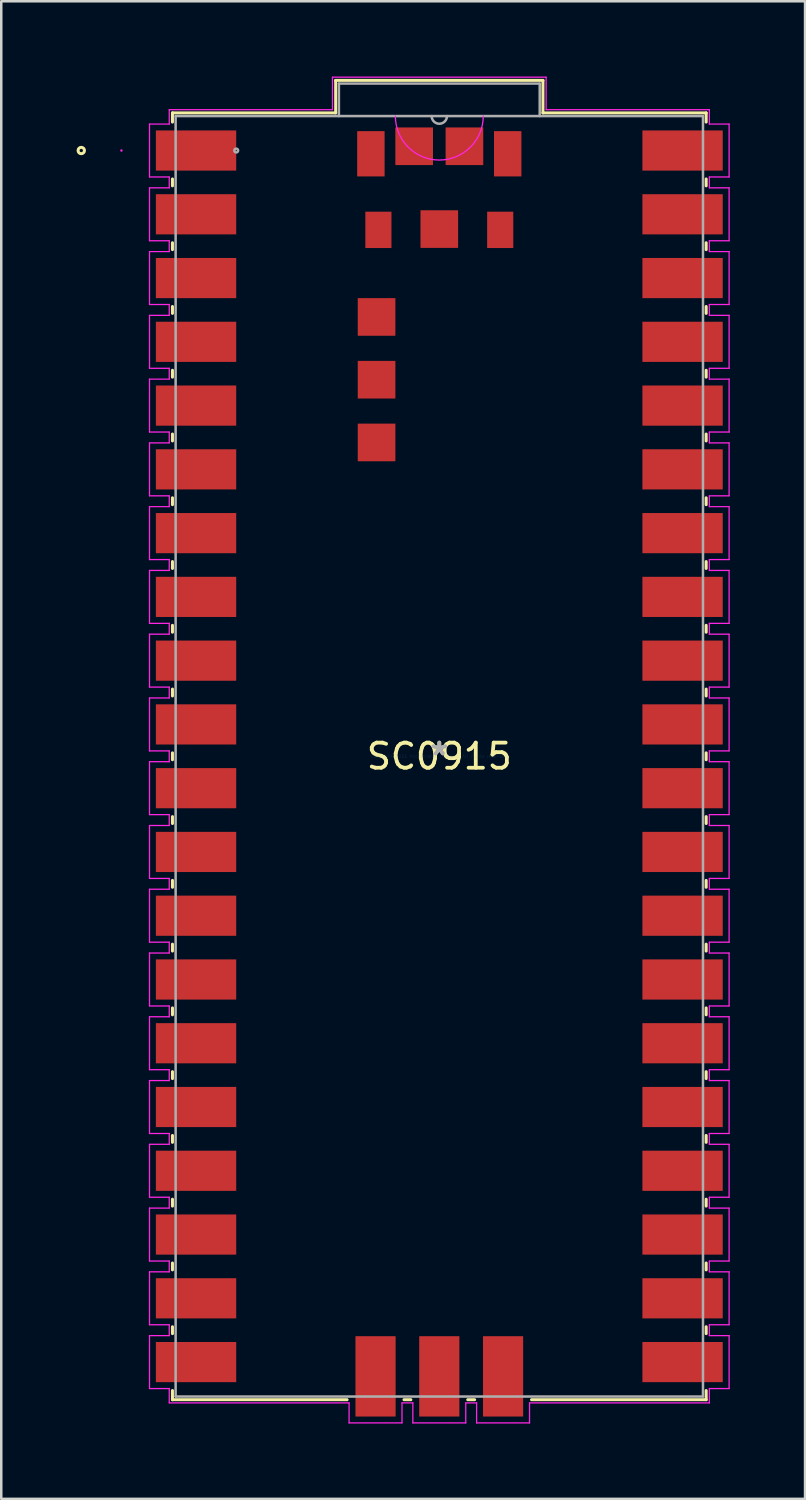
<source format=kicad_pcb>
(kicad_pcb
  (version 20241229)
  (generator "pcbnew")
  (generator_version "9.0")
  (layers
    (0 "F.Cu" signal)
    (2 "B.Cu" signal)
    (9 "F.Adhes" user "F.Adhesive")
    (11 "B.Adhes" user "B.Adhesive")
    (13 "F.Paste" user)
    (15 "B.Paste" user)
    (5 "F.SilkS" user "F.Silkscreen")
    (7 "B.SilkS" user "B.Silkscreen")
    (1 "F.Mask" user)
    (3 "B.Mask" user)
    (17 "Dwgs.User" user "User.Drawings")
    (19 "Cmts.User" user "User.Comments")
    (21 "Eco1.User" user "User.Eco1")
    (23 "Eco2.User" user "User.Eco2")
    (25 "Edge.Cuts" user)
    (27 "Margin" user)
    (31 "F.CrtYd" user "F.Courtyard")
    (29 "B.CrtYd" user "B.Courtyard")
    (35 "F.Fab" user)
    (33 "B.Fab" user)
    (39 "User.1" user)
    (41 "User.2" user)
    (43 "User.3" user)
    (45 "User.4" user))
  (footprint "SC0915"
    (layer "F.Cu")
    (at 14.449 27.076)
    (property "Reference" "SC0915" (at 0 0 0) (layer "F.SilkS") (effects (font (size 1 1) (thickness 0.15))))
    (attr through_hole)
    (fp_line (start -10.63 -25.629) (end -4.128 -25.629) (stroke (width 0.12) (type solid)) (layer "F.SilkS"))
    (fp_line (start -10.63 -25.263) (end -10.63 -25.629) (stroke (width 0.12) (type solid)) (layer "F.SilkS"))
    (fp_line (start -10.63 -22.723) (end -10.63 -22.997) (stroke (width 0.12) (type solid)) (layer "F.SilkS"))
    (fp_line (start -10.63 -20.183) (end -10.63 -20.457) (stroke (width 0.12) (type solid)) (layer "F.SilkS"))
    (fp_line (start -10.63 -17.643) (end -10.63 -17.917) (stroke (width 0.12) (type solid)) (layer "F.SilkS"))
    (fp_line (start -10.63 -15.103) (end -10.63 -15.377) (stroke (width 0.12) (type solid)) (layer "F.SilkS"))
    (fp_line (start -10.63 -12.563) (end -10.63 -12.837) (stroke (width 0.12) (type solid)) (layer "F.SilkS"))
    (fp_line (start -10.63 -10.023) (end -10.63 -10.297) (stroke (width 0.12) (type solid)) (layer "F.SilkS"))
    (fp_line (start -10.63 -7.483) (end -10.63 -7.757) (stroke (width 0.12) (type solid)) (layer "F.SilkS"))
    (fp_line (start -10.63 -4.943) (end -10.63 -5.217) (stroke (width 0.12) (type solid)) (layer "F.SilkS"))
    (fp_line (start -10.63 -2.403) (end -10.63 -2.677) (stroke (width 0.12) (type solid)) (layer "F.SilkS"))
    (fp_line (start -10.63 0.137) (end -10.63 -0.137) (stroke (width 0.12) (type solid)) (layer "F.SilkS"))
    (fp_line (start -10.63 2.677) (end -10.63 2.403) (stroke (width 0.12) (type solid)) (layer "F.SilkS"))
    (fp_line (start -10.63 5.217) (end -10.63 4.943) (stroke (width 0.12) (type solid)) (layer "F.SilkS"))
    (fp_line (start -10.63 7.757) (end -10.63 7.483) (stroke (width 0.12) (type solid)) (layer "F.SilkS"))
    (fp_line (start -10.63 10.297) (end -10.63 10.023) (stroke (width 0.12) (type solid)) (layer "F.SilkS"))
    (fp_line (start -10.63 12.837) (end -10.63 12.563) (stroke (width 0.12) (type solid)) (layer "F.SilkS"))
    (fp_line (start -10.63 15.377) (end -10.63 15.103) (stroke (width 0.12) (type solid)) (layer "F.SilkS"))
    (fp_line (start -10.63 17.917) (end -10.63 17.643) (stroke (width 0.12) (type solid)) (layer "F.SilkS"))
    (fp_line (start -10.63 20.457) (end -10.63 20.183) (stroke (width 0.12) (type solid)) (layer "F.SilkS"))
    (fp_line (start -10.63 22.997) (end -10.63 22.723) (stroke (width 0.12) (type solid)) (layer "F.SilkS"))
    (fp_line (start -10.63 25.629) (end -10.63 25.263) (stroke (width 0.12) (type solid)) (layer "F.SilkS"))
    (fp_line (start -4.128 -26.924) (end 4.128 -26.924) (stroke (width 0.12) (type solid)) (layer "F.SilkS"))
    (fp_line (start -4.128 -25.629) (end -4.128 -26.924) (stroke (width 0.12) (type solid)) (layer "F.SilkS"))
    (fp_line (start -3.673 25.629) (end -10.63 25.629) (stroke (width 0.12) (type solid)) (layer "F.SilkS"))
    (fp_line (start -1.133 25.629) (end -1.407 25.629) (stroke (width 0.12) (type solid)) (layer "F.SilkS"))
    (fp_line (start 1.407 25.629) (end 1.133 25.629) (stroke (width 0.12) (type solid)) (layer "F.SilkS"))
    (fp_line (start 4.128 -26.924) (end 4.128 -25.629) (stroke (width 0.12) (type solid)) (layer "F.SilkS"))
    (fp_line (start 4.128 -25.629) (end 10.63 -25.629) (stroke (width 0.12) (type solid)) (layer "F.SilkS"))
    (fp_line (start 10.63 -25.629) (end 10.63 -25.263) (stroke (width 0.12) (type solid)) (layer "F.SilkS"))
    (fp_line (start 10.63 -22.997) (end 10.63 -22.723) (stroke (width 0.12) (type solid)) (layer "F.SilkS"))
    (fp_line (start 10.63 -20.457) (end 10.63 -20.183) (stroke (width 0.12) (type solid)) (layer "F.SilkS"))
    (fp_line (start 10.63 -17.917) (end 10.63 -17.643) (stroke (width 0.12) (type solid)) (layer "F.SilkS"))
    (fp_line (start 10.63 -15.377) (end 10.63 -15.103) (stroke (width 0.12) (type solid)) (layer "F.SilkS"))
    (fp_line (start 10.63 -12.837) (end 10.63 -12.563) (stroke (width 0.12) (type solid)) (layer "F.SilkS"))
    (fp_line (start 10.63 -10.297) (end 10.63 -10.023) (stroke (width 0.12) (type solid)) (layer "F.SilkS"))
    (fp_line (start 10.63 -7.757) (end 10.63 -7.483) (stroke (width 0.12) (type solid)) (layer "F.SilkS"))
    (fp_line (start 10.63 -5.217) (end 10.63 -4.943) (stroke (width 0.12) (type solid)) (layer "F.SilkS"))
    (fp_line (start 10.63 -2.677) (end 10.63 -2.403) (stroke (width 0.12) (type solid)) (layer "F.SilkS"))
    (fp_line (start 10.63 -0.137) (end 10.63 0.137) (stroke (width 0.12) (type solid)) (layer "F.SilkS"))
    (fp_line (start 10.63 2.403) (end 10.63 2.677) (stroke (width 0.12) (type solid)) (layer "F.SilkS"))
    (fp_line (start 10.63 4.943) (end 10.63 5.217) (stroke (width 0.12) (type solid)) (layer "F.SilkS"))
    (fp_line (start 10.63 7.483) (end 10.63 7.757) (stroke (width 0.12) (type solid)) (layer "F.SilkS"))
    (fp_line (start 10.63 10.023) (end 10.63 10.297) (stroke (width 0.12) (type solid)) (layer "F.SilkS"))
    (fp_line (start 10.63 12.563) (end 10.63 12.837) (stroke (width 0.12) (type solid)) (layer "F.SilkS"))
    (fp_line (start 10.63 15.103) (end 10.63 15.377) (stroke (width 0.12) (type solid)) (layer "F.SilkS"))
    (fp_line (start 10.63 17.643) (end 10.63 17.917) (stroke (width 0.12) (type solid)) (layer "F.SilkS"))
    (fp_line (start 10.63 20.183) (end 10.63 20.457) (stroke (width 0.12) (type solid)) (layer "F.SilkS"))
    (fp_line (start 10.63 22.723) (end 10.63 22.997) (stroke (width 0.12) (type solid)) (layer "F.SilkS"))
    (fp_line (start 10.63 25.263) (end 10.63 25.629) (stroke (width 0.12) (type solid)) (layer "F.SilkS"))
    (fp_line (start 10.63 25.629) (end 3.673 25.629) (stroke (width 0.12) (type solid)) (layer "F.SilkS"))
    (fp_circle (center -14.262 -24.13) (end -14.135 -24.13) (stroke (width 0.12) (type solid)) (fill no) (layer "F.SilkS"))
    (fp_line (start -11.544 -25.184) (end -11.544 -23.076) (stroke (width 0.05) (type solid)) (layer "F.CrtYd"))
    (fp_line (start -11.544 -23.076) (end -10.757 -23.076) (stroke (width 0.05) (type solid)) (layer "F.CrtYd"))
    (fp_line (start -11.544 -22.644) (end -11.544 -20.536) (stroke (width 0.05) (type solid)) (layer "F.CrtYd"))
    (fp_line (start -11.544 -20.536) (end -10.757 -20.536) (stroke (width 0.05) (type solid)) (layer "F.CrtYd"))
    (fp_line (start -11.544 -20.104) (end -11.544 -17.996) (stroke (width 0.05) (type solid)) (layer "F.CrtYd"))
    (fp_line (start -11.544 -17.996) (end -10.757 -17.996) (stroke (width 0.05) (type solid)) (layer "F.CrtYd"))
    (fp_line (start -11.544 -17.564) (end -11.544 -15.456) (stroke (width 0.05) (type solid)) (layer "F.CrtYd"))
    (fp_line (start -11.544 -15.456) (end -10.757 -15.456) (stroke (width 0.05) (type solid)) (layer "F.CrtYd"))
    (fp_line (start -11.544 -15.024) (end -11.544 -12.916) (stroke (width 0.05) (type solid)) (layer "F.CrtYd"))
    (fp_line (start -11.544 -12.916) (end -10.757 -12.916) (stroke (width 0.05) (type solid)) (layer "F.CrtYd"))
    (fp_line (start -11.544 -12.484) (end -11.544 -10.376) (stroke (width 0.05) (type solid)) (layer "F.CrtYd"))
    (fp_line (start -11.544 -10.376) (end -10.757 -10.376) (stroke (width 0.05) (type solid)) (layer "F.CrtYd"))
    (fp_line (start -11.544 -9.944) (end -11.544 -7.836) (stroke (width 0.05) (type solid)) (layer "F.CrtYd"))
    (fp_line (start -11.544 -7.836) (end -10.757 -7.836) (stroke (width 0.05) (type solid)) (layer "F.CrtYd"))
    (fp_line (start -11.544 -7.404) (end -11.544 -5.296) (stroke (width 0.05) (type solid)) (layer "F.CrtYd"))
    (fp_line (start -11.544 -5.296) (end -10.757 -5.296) (stroke (width 0.05) (type solid)) (layer "F.CrtYd"))
    (fp_line (start -11.544 -4.864) (end -11.544 -2.756) (stroke (width 0.05) (type solid)) (layer "F.CrtYd"))
    (fp_line (start -11.544 -2.756) (end -10.757 -2.756) (stroke (width 0.05) (type solid)) (layer "F.CrtYd"))
    (fp_line (start -11.544 -2.324) (end -11.544 -0.216) (stroke (width 0.05) (type solid)) (layer "F.CrtYd"))
    (fp_line (start -11.544 -0.216) (end -10.757 -0.216) (stroke (width 0.05) (type solid)) (layer "F.CrtYd"))
    (fp_line (start -11.544 0.216) (end -11.544 2.324) (stroke (width 0.05) (type solid)) (layer "F.CrtYd"))
    (fp_line (start -11.544 2.324) (end -10.757 2.324) (stroke (width 0.05) (type solid)) (layer "F.CrtYd"))
    (fp_line (start -11.544 2.756) (end -11.544 4.864) (stroke (width 0.05) (type solid)) (layer "F.CrtYd"))
    (fp_line (start -11.544 4.864) (end -10.757 4.864) (stroke (width 0.05) (type solid)) (layer "F.CrtYd"))
    (fp_line (start -11.544 5.296) (end -11.544 7.404) (stroke (width 0.05) (type solid)) (layer "F.CrtYd"))
    (fp_line (start -11.544 7.404) (end -10.757 7.404) (stroke (width 0.05) (type solid)) (layer "F.CrtYd"))
    (fp_line (start -11.544 7.836) (end -11.544 9.944) (stroke (width 0.05) (type solid)) (layer "F.CrtYd"))
    (fp_line (start -11.544 9.944) (end -10.757 9.944) (stroke (width 0.05) (type solid)) (layer "F.CrtYd"))
    (fp_line (start -11.544 10.376) (end -11.544 12.484) (stroke (width 0.05) (type solid)) (layer "F.CrtYd"))
    (fp_line (start -11.544 12.484) (end -10.757 12.484) (stroke (width 0.05) (type solid)) (layer "F.CrtYd"))
    (fp_line (start -11.544 12.916) (end -11.544 15.024) (stroke (width 0.05) (type solid)) (layer "F.CrtYd"))
    (fp_line (start -11.544 15.024) (end -10.757 15.024) (stroke (width 0.05) (type solid)) (layer "F.CrtYd"))
    (fp_line (start -11.544 15.456) (end -11.544 17.564) (stroke (width 0.05) (type solid)) (layer "F.CrtYd"))
    (fp_line (start -11.544 17.564) (end -10.757 17.564) (stroke (width 0.05) (type solid)) (layer "F.CrtYd"))
    (fp_line (start -11.544 17.996) (end -11.544 20.104) (stroke (width 0.05) (type solid)) (layer "F.CrtYd"))
    (fp_line (start -11.544 20.104) (end -10.757 20.104) (stroke (width 0.05) (type solid)) (layer "F.CrtYd"))
    (fp_line (start -11.544 20.536) (end -11.544 22.644) (stroke (width 0.05) (type solid)) (layer "F.CrtYd"))
    (fp_line (start -11.544 22.644) (end -10.757 22.644) (stroke (width 0.05) (type solid)) (layer "F.CrtYd"))
    (fp_line (start -11.544 23.076) (end -11.544 25.184) (stroke (width 0.05) (type solid)) (layer "F.CrtYd"))
    (fp_line (start -11.544 25.184) (end -10.757 25.184) (stroke (width 0.05) (type solid)) (layer "F.CrtYd"))
    (fp_line (start -10.757 -25.756) (end -10.757 -25.184) (stroke (width 0.05) (type solid)) (layer "F.CrtYd"))
    (fp_line (start -10.757 -25.184) (end -11.544 -25.184) (stroke (width 0.05) (type solid)) (layer "F.CrtYd"))
    (fp_line (start -10.757 -23.076) (end -10.757 -22.644) (stroke (width 0.05) (type solid)) (layer "F.CrtYd"))
    (fp_line (start -10.757 -22.644) (end -11.544 -22.644) (stroke (width 0.05) (type solid)) (layer "F.CrtYd"))
    (fp_line (start -10.757 -20.536) (end -10.757 -20.104) (stroke (width 0.05) (type solid)) (layer "F.CrtYd"))
    (fp_line (start -10.757 -20.104) (end -11.544 -20.104) (stroke (width 0.05) (type solid)) (layer "F.CrtYd"))
    (fp_line (start -10.757 -17.996) (end -10.757 -17.564) (stroke (width 0.05) (type solid)) (layer "F.CrtYd"))
    (fp_line (start -10.757 -17.564) (end -11.544 -17.564) (stroke (width 0.05) (type solid)) (layer "F.CrtYd"))
    (fp_line (start -10.757 -15.456) (end -10.757 -15.024) (stroke (width 0.05) (type solid)) (layer "F.CrtYd"))
    (fp_line (start -10.757 -15.024) (end -11.544 -15.024) (stroke (width 0.05) (type solid)) (layer "F.CrtYd"))
    (fp_line (start -10.757 -12.916) (end -10.757 -12.484) (stroke (width 0.05) (type solid)) (layer "F.CrtYd"))
    (fp_line (start -10.757 -12.484) (end -11.544 -12.484) (stroke (width 0.05) (type solid)) (layer "F.CrtYd"))
    (fp_line (start -10.757 -10.376) (end -10.757 -9.944) (stroke (width 0.05) (type solid)) (layer "F.CrtYd"))
    (fp_line (start -10.757 -9.944) (end -11.544 -9.944) (stroke (width 0.05) (type solid)) (layer "F.CrtYd"))
    (fp_line (start -10.757 -7.836) (end -10.757 -7.404) (stroke (width 0.05) (type solid)) (layer "F.CrtYd"))
    (fp_line (start -10.757 -7.404) (end -11.544 -7.404) (stroke (width 0.05) (type solid)) (layer "F.CrtYd"))
    (fp_line (start -10.757 -5.296) (end -10.757 -4.864) (stroke (width 0.05) (type solid)) (layer "F.CrtYd"))
    (fp_line (start -10.757 -4.864) (end -11.544 -4.864) (stroke (width 0.05) (type solid)) (layer "F.CrtYd"))
    (fp_line (start -10.757 -2.756) (end -10.757 -2.324) (stroke (width 0.05) (type solid)) (layer "F.CrtYd"))
    (fp_line (start -10.757 -2.324) (end -11.544 -2.324) (stroke (width 0.05) (type solid)) (layer "F.CrtYd"))
    (fp_line (start -10.757 -0.216) (end -10.757 0.216) (stroke (width 0.05) (type solid)) (layer "F.CrtYd"))
    (fp_line (start -10.757 0.216) (end -11.544 0.216) (stroke (width 0.05) (type solid)) (layer "F.CrtYd"))
    (fp_line (start -10.757 2.324) (end -10.757 2.756) (stroke (width 0.05) (type solid)) (layer "F.CrtYd"))
    (fp_line (start -10.757 2.756) (end -11.544 2.756) (stroke (width 0.05) (type solid)) (layer "F.CrtYd"))
    (fp_line (start -10.757 4.864) (end -10.757 5.296) (stroke (width 0.05) (type solid)) (layer "F.CrtYd"))
    (fp_line (start -10.757 5.296) (end -11.544 5.296) (stroke (width 0.05) (type solid)) (layer "F.CrtYd"))
    (fp_line (start -10.757 7.404) (end -10.757 7.836) (stroke (width 0.05) (type solid)) (layer "F.CrtYd"))
    (fp_line (start -10.757 7.836) (end -11.544 7.836) (stroke (width 0.05) (type solid)) (layer "F.CrtYd"))
    (fp_line (start -10.757 9.944) (end -10.757 10.376) (stroke (width 0.05) (type solid)) (layer "F.CrtYd"))
    (fp_line (start -10.757 10.376) (end -11.544 10.376) (stroke (width 0.05) (type solid)) (layer "F.CrtYd"))
    (fp_line (start -10.757 12.484) (end -10.757 12.916) (stroke (width 0.05) (type solid)) (layer "F.CrtYd"))
    (fp_line (start -10.757 12.916) (end -11.544 12.916) (stroke (width 0.05) (type solid)) (layer "F.CrtYd"))
    (fp_line (start -10.757 15.024) (end -10.757 15.456) (stroke (width 0.05) (type solid)) (layer "F.CrtYd"))
    (fp_line (start -10.757 15.456) (end -11.544 15.456) (stroke (width 0.05) (type solid)) (layer "F.CrtYd"))
    (fp_line (start -10.757 17.564) (end -10.757 17.996) (stroke (width 0.05) (type solid)) (layer "F.CrtYd"))
    (fp_line (start -10.757 17.996) (end -11.544 17.996) (stroke (width 0.05) (type solid)) (layer "F.CrtYd"))
    (fp_line (start -10.757 20.104) (end -10.757 20.536) (stroke (width 0.05) (type solid)) (layer "F.CrtYd"))
    (fp_line (start -10.757 20.536) (end -11.544 20.536) (stroke (width 0.05) (type solid)) (layer "F.CrtYd"))
    (fp_line (start -10.757 22.644) (end -10.757 23.076) (stroke (width 0.05) (type solid)) (layer "F.CrtYd"))
    (fp_line (start -10.757 23.076) (end -11.544 23.076) (stroke (width 0.05) (type solid)) (layer "F.CrtYd"))
    (fp_line (start -10.757 25.184) (end -10.757 25.756) (stroke (width 0.05) (type solid)) (layer "F.CrtYd"))
    (fp_line (start -10.757 25.756) (end -3.594 25.756) (stroke (width 0.05) (type solid)) (layer "F.CrtYd"))
    (fp_line (start -4.255 -27.051) (end -4.255 -25.756) (stroke (width 0.05) (type solid)) (layer "F.CrtYd"))
    (fp_line (start -4.255 -25.756) (end -10.757 -25.756) (stroke (width 0.05) (type solid)) (layer "F.CrtYd"))
    (fp_line (start -3.594 25.756) (end -3.594 26.553) (stroke (width 0.05) (type solid)) (layer "F.CrtYd"))
    (fp_line (start -3.594 26.553) (end -1.486 26.553) (stroke (width 0.05) (type solid)) (layer "F.CrtYd"))
    (fp_line (start -1.486 25.756) (end -1.054 25.756) (stroke (width 0.05) (type solid)) (layer "F.CrtYd"))
    (fp_line (start -1.486 26.553) (end -1.486 25.756) (stroke (width 0.05) (type solid)) (layer "F.CrtYd"))
    (fp_line (start -1.054 25.756) (end -1.054 26.553) (stroke (width 0.05) (type solid)) (layer "F.CrtYd"))
    (fp_line (start -1.054 26.553) (end 1.054 26.553) (stroke (width 0.05) (type solid)) (layer "F.CrtYd"))
    (fp_line (start 1.054 25.756) (end 1.486 25.756) (stroke (width 0.05) (type solid)) (layer "F.CrtYd"))
    (fp_line (start 1.054 26.553) (end 1.054 25.756) (stroke (width 0.05) (type solid)) (layer "F.CrtYd"))
    (fp_line (start 1.486 25.756) (end 1.486 26.553) (stroke (width 0.05) (type solid)) (layer "F.CrtYd"))
    (fp_line (start 1.486 26.553) (end 3.594 26.553) (stroke (width 0.05) (type solid)) (layer "F.CrtYd"))
    (fp_line (start 3.594 25.756) (end 10.757 25.756) (stroke (width 0.05) (type solid)) (layer "F.CrtYd"))
    (fp_line (start 3.594 26.553) (end 3.594 25.756) (stroke (width 0.05) (type solid)) (layer "F.CrtYd"))
    (fp_line (start 4.255 -27.051) (end -4.255 -27.051) (stroke (width 0.05) (type solid)) (layer "F.CrtYd"))
    (fp_line (start 4.255 -25.756) (end 4.255 -27.051) (stroke (width 0.05) (type solid)) (layer "F.CrtYd"))
    (fp_line (start 10.757 -25.756) (end 4.255 -25.756) (stroke (width 0.05) (type solid)) (layer "F.CrtYd"))
    (fp_line (start 10.757 -25.184) (end 10.757 -25.756) (stroke (width 0.05) (type solid)) (layer "F.CrtYd"))
    (fp_line (start 10.757 -23.076) (end 11.544 -23.076) (stroke (width 0.05) (type solid)) (layer "F.CrtYd"))
    (fp_line (start 10.757 -22.644) (end 10.757 -23.076) (stroke (width 0.05) (type solid)) (layer "F.CrtYd"))
    (fp_line (start 10.757 -20.536) (end 11.544 -20.536) (stroke (width 0.05) (type solid)) (layer "F.CrtYd"))
    (fp_line (start 10.757 -20.104) (end 10.757 -20.536) (stroke (width 0.05) (type solid)) (layer "F.CrtYd"))
    (fp_line (start 10.757 -17.996) (end 11.544 -17.996) (stroke (width 0.05) (type solid)) (layer "F.CrtYd"))
    (fp_line (start 10.757 -17.564) (end 10.757 -17.996) (stroke (width 0.05) (type solid)) (layer "F.CrtYd"))
    (fp_line (start 10.757 -15.456) (end 11.544 -15.456) (stroke (width 0.05) (type solid)) (layer "F.CrtYd"))
    (fp_line (start 10.757 -15.024) (end 10.757 -15.456) (stroke (width 0.05) (type solid)) (layer "F.CrtYd"))
    (fp_line (start 10.757 -12.916) (end 11.544 -12.916) (stroke (width 0.05) (type solid)) (layer "F.CrtYd"))
    (fp_line (start 10.757 -12.484) (end 10.757 -12.916) (stroke (width 0.05) (type solid)) (layer "F.CrtYd"))
    (fp_line (start 10.757 -10.376) (end 11.544 -10.376) (stroke (width 0.05) (type solid)) (layer "F.CrtYd"))
    (fp_line (start 10.757 -9.944) (end 10.757 -10.376) (stroke (width 0.05) (type solid)) (layer "F.CrtYd"))
    (fp_line (start 10.757 -7.836) (end 11.544 -7.836) (stroke (width 0.05) (type solid)) (layer "F.CrtYd"))
    (fp_line (start 10.757 -7.404) (end 10.757 -7.836) (stroke (width 0.05) (type solid)) (layer "F.CrtYd"))
    (fp_line (start 10.757 -5.296) (end 11.544 -5.296) (stroke (width 0.05) (type solid)) (layer "F.CrtYd"))
    (fp_line (start 10.757 -4.864) (end 10.757 -5.296) (stroke (width 0.05) (type solid)) (layer "F.CrtYd"))
    (fp_line (start 10.757 -2.756) (end 11.544 -2.756) (stroke (width 0.05) (type solid)) (layer "F.CrtYd"))
    (fp_line (start 10.757 -2.324) (end 10.757 -2.756) (stroke (width 0.05) (type solid)) (layer "F.CrtYd"))
    (fp_line (start 10.757 -0.216) (end 11.544 -0.216) (stroke (width 0.05) (type solid)) (layer "F.CrtYd"))
    (fp_line (start 10.757 0.216) (end 10.757 -0.216) (stroke (width 0.05) (type solid)) (layer "F.CrtYd"))
    (fp_line (start 10.757 2.324) (end 11.544 2.324) (stroke (width 0.05) (type solid)) (layer "F.CrtYd"))
    (fp_line (start 10.757 2.756) (end 10.757 2.324) (stroke (width 0.05) (type solid)) (layer "F.CrtYd"))
    (fp_line (start 10.757 4.864) (end 11.544 4.864) (stroke (width 0.05) (type solid)) (layer "F.CrtYd"))
    (fp_line (start 10.757 5.296) (end 10.757 4.864) (stroke (width 0.05) (type solid)) (layer "F.CrtYd"))
    (fp_line (start 10.757 7.404) (end 11.544 7.404) (stroke (width 0.05) (type solid)) (layer "F.CrtYd"))
    (fp_line (start 10.757 7.836) (end 10.757 7.404) (stroke (width 0.05) (type solid)) (layer "F.CrtYd"))
    (fp_line (start 10.757 9.944) (end 11.544 9.944) (stroke (width 0.05) (type solid)) (layer "F.CrtYd"))
    (fp_line (start 10.757 10.376) (end 10.757 9.944) (stroke (width 0.05) (type solid)) (layer "F.CrtYd"))
    (fp_line (start 10.757 12.484) (end 11.544 12.484) (stroke (width 0.05) (type solid)) (layer "F.CrtYd"))
    (fp_line (start 10.757 12.916) (end 10.757 12.484) (stroke (width 0.05) (type solid)) (layer "F.CrtYd"))
    (fp_line (start 10.757 15.024) (end 11.544 15.024) (stroke (width 0.05) (type solid)) (layer "F.CrtYd"))
    (fp_line (start 10.757 15.456) (end 10.757 15.024) (stroke (width 0.05) (type solid)) (layer "F.CrtYd"))
    (fp_line (start 10.757 17.564) (end 11.544 17.564) (stroke (width 0.05) (type solid)) (layer "F.CrtYd"))
    (fp_line (start 10.757 17.996) (end 10.757 17.564) (stroke (width 0.05) (type solid)) (layer "F.CrtYd"))
    (fp_line (start 10.757 20.104) (end 11.544 20.104) (stroke (width 0.05) (type solid)) (layer "F.CrtYd"))
    (fp_line (start 10.757 20.536) (end 10.757 20.104) (stroke (width 0.05) (type solid)) (layer "F.CrtYd"))
    (fp_line (start 10.757 22.644) (end 11.544 22.644) (stroke (width 0.05) (type solid)) (layer "F.CrtYd"))
    (fp_line (start 10.757 23.076) (end 10.757 22.644) (stroke (width 0.05) (type solid)) (layer "F.CrtYd"))
    (fp_line (start 10.757 25.184) (end 11.544 25.184) (stroke (width 0.05) (type solid)) (layer "F.CrtYd"))
    (fp_line (start 10.757 25.756) (end 10.757 25.184) (stroke (width 0.05) (type solid)) (layer "F.CrtYd"))
    (fp_line (start 11.544 -25.184) (end 10.757 -25.184) (stroke (width 0.05) (type solid)) (layer "F.CrtYd"))
    (fp_line (start 11.544 -23.076) (end 11.544 -25.184) (stroke (width 0.05) (type solid)) (layer "F.CrtYd"))
    (fp_line (start 11.544 -22.644) (end 10.757 -22.644) (stroke (width 0.05) (type solid)) (layer "F.CrtYd"))
    (fp_line (start 11.544 -20.536) (end 11.544 -22.644) (stroke (width 0.05) (type solid)) (layer "F.CrtYd"))
    (fp_line (start 11.544 -20.104) (end 10.757 -20.104) (stroke (width 0.05) (type solid)) (layer "F.CrtYd"))
    (fp_line (start 11.544 -17.996) (end 11.544 -20.104) (stroke (width 0.05) (type solid)) (layer "F.CrtYd"))
    (fp_line (start 11.544 -17.564) (end 10.757 -17.564) (stroke (width 0.05) (type solid)) (layer "F.CrtYd"))
    (fp_line (start 11.544 -15.456) (end 11.544 -17.564) (stroke (width 0.05) (type solid)) (layer "F.CrtYd"))
    (fp_line (start 11.544 -15.024) (end 10.757 -15.024) (stroke (width 0.05) (type solid)) (layer "F.CrtYd"))
    (fp_line (start 11.544 -12.916) (end 11.544 -15.024) (stroke (width 0.05) (type solid)) (layer "F.CrtYd"))
    (fp_line (start 11.544 -12.484) (end 10.757 -12.484) (stroke (width 0.05) (type solid)) (layer "F.CrtYd"))
    (fp_line (start 11.544 -10.376) (end 11.544 -12.484) (stroke (width 0.05) (type solid)) (layer "F.CrtYd"))
    (fp_line (start 11.544 -9.944) (end 10.757 -9.944) (stroke (width 0.05) (type solid)) (layer "F.CrtYd"))
    (fp_line (start 11.544 -7.836) (end 11.544 -9.944) (stroke (width 0.05) (type solid)) (layer "F.CrtYd"))
    (fp_line (start 11.544 -7.404) (end 10.757 -7.404) (stroke (width 0.05) (type solid)) (layer "F.CrtYd"))
    (fp_line (start 11.544 -5.296) (end 11.544 -7.404) (stroke (width 0.05) (type solid)) (layer "F.CrtYd"))
    (fp_line (start 11.544 -4.864) (end 10.757 -4.864) (stroke (width 0.05) (type solid)) (layer "F.CrtYd"))
    (fp_line (start 11.544 -2.756) (end 11.544 -4.864) (stroke (width 0.05) (type solid)) (layer "F.CrtYd"))
    (fp_line (start 11.544 -2.324) (end 10.757 -2.324) (stroke (width 0.05) (type solid)) (layer "F.CrtYd"))
    (fp_line (start 11.544 -0.216) (end 11.544 -2.324) (stroke (width 0.05) (type solid)) (layer "F.CrtYd"))
    (fp_line (start 11.544 0.216) (end 10.757 0.216) (stroke (width 0.05) (type solid)) (layer "F.CrtYd"))
    (fp_line (start 11.544 2.324) (end 11.544 0.216) (stroke (width 0.05) (type solid)) (layer "F.CrtYd"))
    (fp_line (start 11.544 2.756) (end 10.757 2.756) (stroke (width 0.05) (type solid)) (layer "F.CrtYd"))
    (fp_line (start 11.544 4.864) (end 11.544 2.756) (stroke (width 0.05) (type solid)) (layer "F.CrtYd"))
    (fp_line (start 11.544 5.296) (end 10.757 5.296) (stroke (width 0.05) (type solid)) (layer "F.CrtYd"))
    (fp_line (start 11.544 7.404) (end 11.544 5.296) (stroke (width 0.05) (type solid)) (layer "F.CrtYd"))
    (fp_line (start 11.544 7.836) (end 10.757 7.836) (stroke (width 0.05) (type solid)) (layer "F.CrtYd"))
    (fp_line (start 11.544 9.944) (end 11.544 7.836) (stroke (width 0.05) (type solid)) (layer "F.CrtYd"))
    (fp_line (start 11.544 10.376) (end 10.757 10.376) (stroke (width 0.05) (type solid)) (layer "F.CrtYd"))
    (fp_line (start 11.544 12.484) (end 11.544 10.376) (stroke (width 0.05) (type solid)) (layer "F.CrtYd"))
    (fp_line (start 11.544 12.916) (end 10.757 12.916) (stroke (width 0.05) (type solid)) (layer "F.CrtYd"))
    (fp_line (start 11.544 15.024) (end 11.544 12.916) (stroke (width 0.05) (type solid)) (layer "F.CrtYd"))
    (fp_line (start 11.544 15.456) (end 10.757 15.456) (stroke (width 0.05) (type solid)) (layer "F.CrtYd"))
    (fp_line (start 11.544 17.564) (end 11.544 15.456) (stroke (width 0.05) (type solid)) (layer "F.CrtYd"))
    (fp_line (start 11.544 17.996) (end 10.757 17.996) (stroke (width 0.05) (type solid)) (layer "F.CrtYd"))
    (fp_line (start 11.544 20.104) (end 11.544 17.996) (stroke (width 0.05) (type solid)) (layer "F.CrtYd"))
    (fp_line (start 11.544 20.536) (end 10.757 20.536) (stroke (width 0.05) (type solid)) (layer "F.CrtYd"))
    (fp_line (start 11.544 22.644) (end 11.544 20.536) (stroke (width 0.05) (type solid)) (layer "F.CrtYd"))
    (fp_line (start 11.544 23.076) (end 10.757 23.076) (stroke (width 0.05) (type solid)) (layer "F.CrtYd"))
    (fp_line (start 11.544 25.184) (end 11.544 23.076) (stroke (width 0.05) (type solid)) (layer "F.CrtYd"))
    (fp_arc (start 1.750483 -25.5016) (mid 0 -23.751117) (end -1.750483 -25.5016) (stroke (width 0.05) (type solid)) (layer "F.CrtYd"))
    (fp_circle (center -12.662 -24.13) (end -12.662 -24.13) (stroke (width 0.05) (type solid)) (fill no) (layer "F.CrtYd"))
    (fp_line (start -10.503 -25.502) (end -10.503 25.502) (stroke (width 0.1) (type solid)) (layer "F.Fab"))
    (fp_line (start -10.503 25.502) (end 10.503 25.502) (stroke (width 0.1) (type solid)) (layer "F.Fab"))
    (fp_line (start -4 -26.797) (end -4 -25.502) (stroke (width 0.1) (type solid)) (layer "F.Fab"))
    (fp_line (start -4 -26.797) (end 4 -26.797) (stroke (width 0.1) (type solid)) (layer "F.Fab"))
    (fp_line (start 4 -26.797) (end 4 -25.502) (stroke (width 0.1) (type solid)) (layer "F.Fab"))
    (fp_line (start 10.503 -25.502) (end -10.503 -25.502) (stroke (width 0.1) (type solid)) (layer "F.Fab"))
    (fp_line (start 10.503 25.502) (end 10.503 -25.502) (stroke (width 0.1) (type solid)) (layer "F.Fab"))
    (fp_arc (start 0.3048 -25.5016) (mid 0 -25.1968) (end -0.3048 -25.5016) (stroke (width 0.1) (type solid)) (layer "F.Fab"))
    (fp_circle (center -8.09 -24.13) (end -8.014 -24.13) (stroke (width 0.1) (type solid)) (fill no) (layer "F.Fab"))
    (fp_text user "*" (at 0 0 0) (layer "F.SilkS") (effects (font (size 1 1) (thickness 0.15))))
    (fp_text user "Copyright 2021 Accelerated Designs. All rights reserved." (at 0 0 0) (layer "Cmts.User") (effects (font (size 0.127 0.127) (thickness 0.002))))
    (fp_text user "*" (at 0 0 0) (layer "F.Fab") (effects (font (size 1 1) (thickness 0.15))))
    (pad "1" smd rect (at -9.69 -24.13) (size 3.2 1.6) (layers "F.Cu" "F.Mask" "F.Paste"))
    (pad "2" smd rect (at -9.69 -21.59) (size 3.2 1.6) (layers "F.Cu" "F.Mask" "F.Paste"))
    (pad "3" smd rect (at -9.69 -19.05) (size 3.2 1.6) (layers "F.Cu" "F.Mask" "F.Paste"))
    (pad "4" smd rect (at -9.69 -16.51) (size 3.2 1.6) (layers "F.Cu" "F.Mask" "F.Paste"))
    (pad "5" smd rect (at -9.69 -13.97) (size 3.2 1.6) (layers "F.Cu" "F.Mask" "F.Paste"))
    (pad "6" smd rect (at -9.69 -11.43) (size 3.2 1.6) (layers "F.Cu" "F.Mask" "F.Paste"))
    (pad "7" smd rect (at -9.69 -8.89) (size 3.2 1.6) (layers "F.Cu" "F.Mask" "F.Paste"))
    (pad "8" smd rect (at -9.69 -6.35) (size 3.2 1.6) (layers "F.Cu" "F.Mask" "F.Paste"))
    (pad "9" smd rect (at -9.69 -3.81) (size 3.2 1.6) (layers "F.Cu" "F.Mask" "F.Paste"))
    (pad "10" smd rect (at -9.69 -1.27) (size 3.2 1.6) (layers "F.Cu" "F.Mask" "F.Paste"))
    (pad "11" smd rect (at -9.69 1.27) (size 3.2 1.6) (layers "F.Cu" "F.Mask" "F.Paste"))
    (pad "12" smd rect (at -9.69 3.81) (size 3.2 1.6) (layers "F.Cu" "F.Mask" "F.Paste"))
    (pad "13" smd rect (at -9.69 6.35) (size 3.2 1.6) (layers "F.Cu" "F.Mask" "F.Paste"))
    (pad "14" smd rect (at -9.69 8.89) (size 3.2 1.6) (layers "F.Cu" "F.Mask" "F.Paste"))
    (pad "15" smd rect (at -9.69 11.43) (size 3.2 1.6) (layers "F.Cu" "F.Mask" "F.Paste"))
    (pad "16" smd rect (at -9.69 13.97) (size 3.2 1.6) (layers "F.Cu" "F.Mask" "F.Paste"))
    (pad "17" smd rect (at -9.69 16.51) (size 3.2 1.6) (layers "F.Cu" "F.Mask" "F.Paste"))
    (pad "18" smd rect (at -9.69 19.05) (size 3.2 1.6) (layers "F.Cu" "F.Mask" "F.Paste"))
    (pad "19" smd rect (at -9.69 21.59) (size 3.2 1.6) (layers "F.Cu" "F.Mask" "F.Paste"))
    (pad "20" smd rect (at -9.69 24.13) (size 3.2 1.6) (layers "F.Cu" "F.Mask" "F.Paste"))
    (pad "21" smd rect (at 9.69 24.13) (size 3.2 1.6) (layers "F.Cu" "F.Mask" "F.Paste"))
    (pad "22" smd rect (at 9.69 21.59) (size 3.2 1.6) (layers "F.Cu" "F.Mask" "F.Paste"))
    (pad "23" smd rect (at 9.69 19.05) (size 3.2 1.6) (layers "F.Cu" "F.Mask" "F.Paste"))
    (pad "24" smd rect (at 9.69 16.51) (size 3.2 1.6) (layers "F.Cu" "F.Mask" "F.Paste"))
    (pad "25" smd rect (at 9.69 13.97) (size 3.2 1.6) (layers "F.Cu" "F.Mask" "F.Paste"))
    (pad "26" smd rect (at 9.69 11.43) (size 3.2 1.6) (layers "F.Cu" "F.Mask" "F.Paste"))
    (pad "27" smd rect (at 9.69 8.89) (size 3.2 1.6) (layers "F.Cu" "F.Mask" "F.Paste"))
    (pad "28" smd rect (at 9.69 6.35) (size 3.2 1.6) (layers "F.Cu" "F.Mask" "F.Paste"))
    (pad "29" smd rect (at 9.69 3.81) (size 3.2 1.6) (layers "F.Cu" "F.Mask" "F.Paste"))
    (pad "30" smd rect (at 9.69 1.27) (size 3.2 1.6) (layers "F.Cu" "F.Mask" "F.Paste"))
    (pad "31" smd rect (at 9.69 -1.27) (size 3.2 1.6) (layers "F.Cu" "F.Mask" "F.Paste"))
    (pad "32" smd rect (at 9.69 -3.81) (size 3.2 1.6) (layers "F.Cu" "F.Mask" "F.Paste"))
    (pad "33" smd rect (at 9.69 -6.35) (size 3.2 1.6) (layers "F.Cu" "F.Mask" "F.Paste"))
    (pad "34" smd rect (at 9.69 -8.89) (size 3.2 1.6) (layers "F.Cu" "F.Mask" "F.Paste"))
    (pad "35" smd rect (at 9.69 -11.43) (size 3.2 1.6) (layers "F.Cu" "F.Mask" "F.Paste"))
    (pad "36" smd rect (at 9.69 -13.97) (size 3.2 1.6) (layers "F.Cu" "F.Mask" "F.Paste"))
    (pad "37" smd rect (at 9.69 -16.51) (size 3.2 1.6) (layers "F.Cu" "F.Mask" "F.Paste"))
    (pad "38" smd rect (at 9.69 -19.05) (size 3.2 1.6) (layers "F.Cu" "F.Mask" "F.Paste"))
    (pad "39" smd rect (at 9.69 -21.59) (size 3.2 1.6) (layers "F.Cu" "F.Mask" "F.Paste"))
    (pad "40" smd rect (at 9.69 -24.13) (size 3.2 1.6) (layers "F.Cu" "F.Mask" "F.Paste"))
    (pad "A" smd rect (at -2.725 -24) (size 1.092 1.803) (layers "F.Cu" "F.Mask" "F.Paste"))
    (pad "B" smd rect (at 2.725 -24) (size 1.092 1.803) (layers "F.Cu" "F.Mask" "F.Paste"))
    (pad "C" smd rect (at -2.426 -20.97) (size 1.041 1.448) (layers "F.Cu" "F.Mask" "F.Paste"))
    (pad "D" smd rect (at 2.426 -20.97) (size 1.041 1.448) (layers "F.Cu" "F.Mask" "F.Paste"))
    (pad "D1" smd rect (at -2.54 24.699 90) (size 3.2 1.6) (layers "F.Cu" "F.Mask" "F.Paste"))
    (pad "D2" smd rect (at 0 24.699 90) (size 3.2 1.6) (layers "F.Cu" "F.Mask" "F.Paste"))
    (pad "D3" smd rect (at 2.54 24.699 90) (size 3.2 1.6) (layers "F.Cu" "F.Mask" "F.Paste"))
    (pad "TP1" smd rect (at 0 -21.001) (size 1.499 1.499) (layers "F.Cu" "F.Mask" "F.Paste"))
    (pad "TP2" smd rect (at 1.001 -24.3) (size 1.499 1.499) (layers "F.Cu" "F.Mask" "F.Paste"))
    (pad "TP3" smd rect (at -1.001 -24.3) (size 1.499 1.499) (layers "F.Cu" "F.Mask" "F.Paste"))
    (pad "TP4" smd rect (at -2.499 -17.501) (size 1.499 1.499) (layers "F.Cu" "F.Mask" "F.Paste"))
    (pad "TP5" smd rect (at -2.499 -15.001) (size 1.499 1.499) (layers "F.Cu" "F.Mask" "F.Paste"))
    (pad "TP6" smd rect (at -2.499 -12.502) (size 1.499 1.499) (layers "F.Cu" "F.Mask" "F.Paste")))
  (gr_rect
    (start -3 -3)
    (end 29.018 56.654)
    (stroke (width 0.1) (type default))
    (fill no)
    (layer "Edge.Cuts")))
</source>
